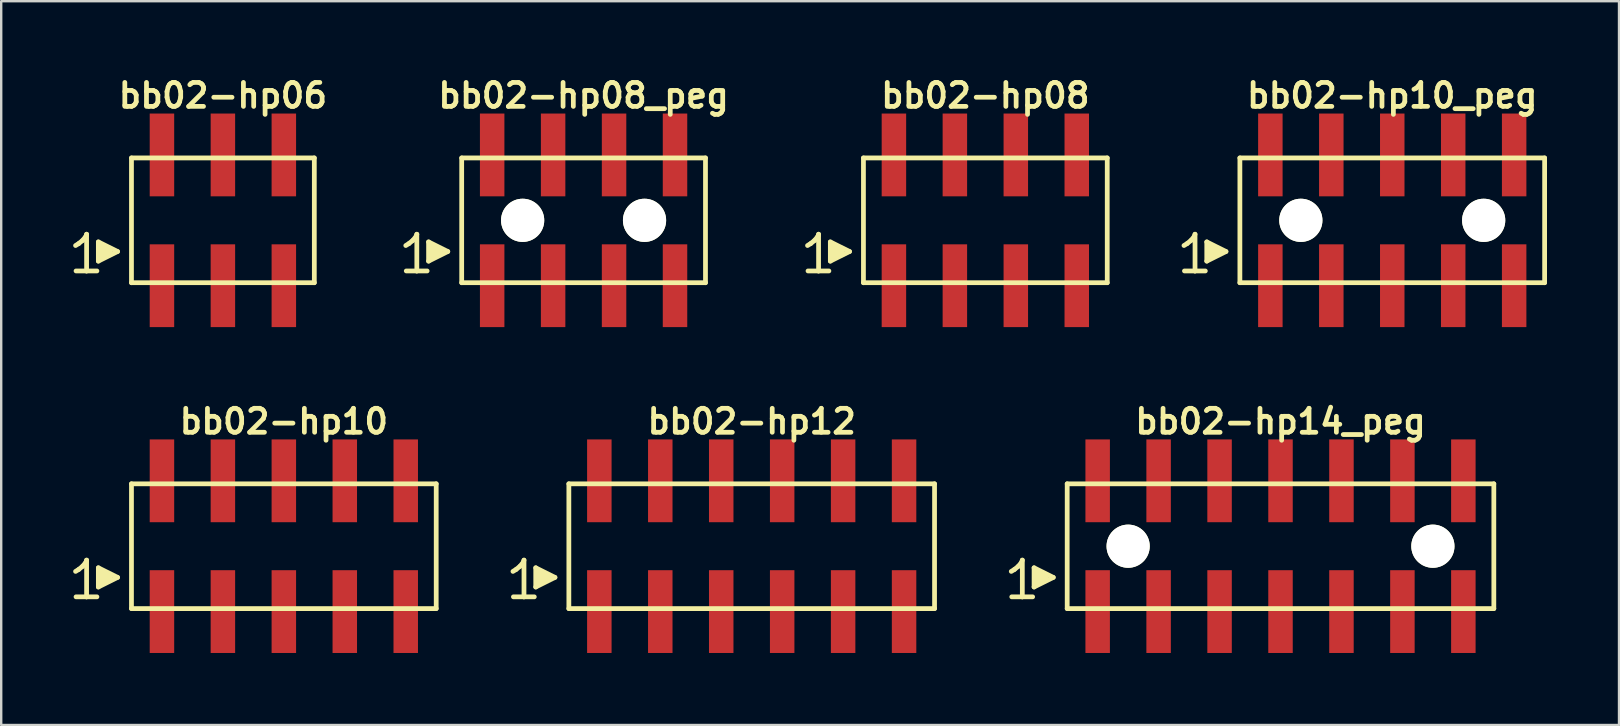
<source format=kicad_pcb>
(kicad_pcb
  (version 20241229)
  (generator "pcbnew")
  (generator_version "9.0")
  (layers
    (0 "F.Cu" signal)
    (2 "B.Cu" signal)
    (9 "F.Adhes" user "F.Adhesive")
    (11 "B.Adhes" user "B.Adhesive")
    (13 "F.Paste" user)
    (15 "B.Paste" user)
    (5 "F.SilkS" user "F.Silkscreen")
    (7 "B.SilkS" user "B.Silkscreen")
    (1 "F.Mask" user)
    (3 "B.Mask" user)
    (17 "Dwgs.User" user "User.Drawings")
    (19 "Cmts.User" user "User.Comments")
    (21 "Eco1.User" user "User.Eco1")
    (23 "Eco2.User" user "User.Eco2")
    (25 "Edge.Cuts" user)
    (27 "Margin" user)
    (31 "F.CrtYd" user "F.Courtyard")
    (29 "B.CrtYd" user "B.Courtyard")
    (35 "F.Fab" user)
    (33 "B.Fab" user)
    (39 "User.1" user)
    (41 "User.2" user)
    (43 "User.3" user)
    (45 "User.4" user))
  (footprint "bb02-hp10_peg"
    (layer "F.Cu")
    (at 54.972 6.132)
    (property "Reference" "bb02-hp10_peg" (at 0 -5.2 0) (layer "F.SilkS") (effects (font (size 0.998 0.998) (thickness 0.198))))
    (attr smd)
    (fp_line (start -8.68 1.05) (end -8.55 0.97) (stroke (width 0.198) (type solid)) (layer "F.SilkS"))
    (fp_line (start -8.55 0.97) (end -8.39 0.84) (stroke (width 0.198) (type solid)) (layer "F.SilkS"))
    (fp_line (start -8.39 0.84) (end -8.25 0.67) (stroke (width 0.198) (type solid)) (layer "F.SilkS"))
    (fp_line (start -8.25 0.67) (end -8.22 0.58) (stroke (width 0.198) (type solid)) (layer "F.SilkS"))
    (fp_line (start -8.22 0.58) (end -8.22 2.11) (stroke (width 0.198) (type solid)) (layer "F.SilkS"))
    (fp_line (start -8.22 2.11) (end -8.66 2.11) (stroke (width 0.198) (type solid)) (layer "F.SilkS"))
    (fp_line (start -7.79 2.11) (end -8.23 2.11) (stroke (width 0.198) (type solid)) (layer "F.SilkS"))
    (fp_line (start -7.73 0.9) (end -6.93 1.3) (stroke (width 0.198) (type solid)) (layer "F.SilkS"))
    (fp_line (start -7.73 1.7) (end -7.73 0.9) (stroke (width 0.198) (type solid)) (layer "F.SilkS"))
    (fp_line (start -7.63 1.6) (end -7.63 1) (stroke (width 0.198) (type solid)) (layer "F.SilkS"))
    (fp_line (start -7.53 1.1) (end -7.53 1.5) (stroke (width 0.198) (type solid)) (layer "F.SilkS"))
    (fp_line (start -7.43 1.5) (end -7.43 1.1) (stroke (width 0.198) (type solid)) (layer "F.SilkS"))
    (fp_line (start -7.33 1.2) (end -7.33 1.4) (stroke (width 0.198) (type solid)) (layer "F.SilkS"))
    (fp_line (start -7.23 1.4) (end -7.23 1.2) (stroke (width 0.198) (type solid)) (layer "F.SilkS"))
    (fp_line (start -6.93 1.3) (end -7.73 1.7) (stroke (width 0.198) (type solid)) (layer "F.SilkS"))
    (fp_line (start -6.35 -2.6) (end -6.35 2.6) (stroke (width 0.198) (type solid)) (layer "F.SilkS"))
    (fp_line (start -6.35 -2.6) (end 6.35 -2.6) (stroke (width 0.198) (type solid)) (layer "F.SilkS"))
    (fp_line (start 6.35 2.6) (end -6.35 2.6) (stroke (width 0.198) (type solid)) (layer "F.SilkS"))
    (fp_line (start 6.35 2.6) (end 6.35 -2.6) (stroke (width 0.198) (type solid)) (layer "F.SilkS"))
    (pad "" np_thru_hole circle (at -3.81 0) (size 1.8 1.8) (drill 1.8) (layers "*.Cu" "*.Mask" "F.SilkS"))
    (pad "" np_thru_hole circle (at 3.81 0) (size 1.8 1.8) (drill 1.8) (layers "*.Cu" "*.Mask" "F.SilkS"))
    (pad "1" smd rect (at -5.08 2.725) (size 1.02 3.45) (layers "F.Cu" "F.Mask" "F.Paste"))
    (pad "2" smd rect (at -5.08 -2.725) (size 1.02 3.45) (layers "F.Cu" "F.Mask" "F.Paste"))
    (pad "3" smd rect (at -2.54 2.725) (size 1.02 3.45) (layers "F.Cu" "F.Mask" "F.Paste"))
    (pad "4" smd rect (at -2.54 -2.725) (size 1.02 3.45) (layers "F.Cu" "F.Mask" "F.Paste"))
    (pad "5" smd rect (at 0 2.725) (size 1.02 3.45) (layers "F.Cu" "F.Mask" "F.Paste"))
    (pad "6" smd rect (at 0 -2.725) (size 1.02 3.45) (layers "F.Cu" "F.Mask" "F.Paste"))
    (pad "7" smd rect (at 2.54 2.725) (size 1.02 3.45) (layers "F.Cu" "F.Mask" "F.Paste"))
    (pad "8" smd rect (at 2.54 -2.725) (size 1.02 3.45) (layers "F.Cu" "F.Mask" "F.Paste"))
    (pad "9" smd rect (at 5.08 2.725) (size 1.02 3.45) (layers "F.Cu" "F.Mask" "F.Paste"))
    (pad "10" smd rect (at 5.08 -2.725) (size 1.02 3.45) (layers "F.Cu" "F.Mask" "F.Paste")))
  (footprint "bb02-hp10"
    (layer "F.Cu")
    (at 8.779 19.713)
    (property "Reference" "bb02-hp10" (at 0 -5.2 0) (layer "F.SilkS") (effects (font (size 0.998 0.998) (thickness 0.198))))
    (attr smd)
    (fp_line (start -8.68 1.05) (end -8.55 0.97) (stroke (width 0.198) (type solid)) (layer "F.SilkS"))
    (fp_line (start -8.55 0.97) (end -8.39 0.84) (stroke (width 0.198) (type solid)) (layer "F.SilkS"))
    (fp_line (start -8.39 0.84) (end -8.25 0.67) (stroke (width 0.198) (type solid)) (layer "F.SilkS"))
    (fp_line (start -8.25 0.67) (end -8.22 0.58) (stroke (width 0.198) (type solid)) (layer "F.SilkS"))
    (fp_line (start -8.22 0.58) (end -8.22 2.11) (stroke (width 0.198) (type solid)) (layer "F.SilkS"))
    (fp_line (start -8.22 2.11) (end -8.66 2.11) (stroke (width 0.198) (type solid)) (layer "F.SilkS"))
    (fp_line (start -7.79 2.11) (end -8.23 2.11) (stroke (width 0.198) (type solid)) (layer "F.SilkS"))
    (fp_line (start -7.73 0.9) (end -6.93 1.3) (stroke (width 0.198) (type solid)) (layer "F.SilkS"))
    (fp_line (start -7.73 1.7) (end -7.73 0.9) (stroke (width 0.198) (type solid)) (layer "F.SilkS"))
    (fp_line (start -7.63 1.6) (end -7.63 1) (stroke (width 0.198) (type solid)) (layer "F.SilkS"))
    (fp_line (start -7.53 1.1) (end -7.53 1.5) (stroke (width 0.198) (type solid)) (layer "F.SilkS"))
    (fp_line (start -7.43 1.5) (end -7.43 1.1) (stroke (width 0.198) (type solid)) (layer "F.SilkS"))
    (fp_line (start -7.33 1.2) (end -7.33 1.4) (stroke (width 0.198) (type solid)) (layer "F.SilkS"))
    (fp_line (start -7.23 1.4) (end -7.23 1.2) (stroke (width 0.198) (type solid)) (layer "F.SilkS"))
    (fp_line (start -6.93 1.3) (end -7.73 1.7) (stroke (width 0.198) (type solid)) (layer "F.SilkS"))
    (fp_line (start -6.35 -2.6) (end -6.35 2.6) (stroke (width 0.198) (type solid)) (layer "F.SilkS"))
    (fp_line (start -6.35 -2.6) (end 6.35 -2.6) (stroke (width 0.198) (type solid)) (layer "F.SilkS"))
    (fp_line (start 6.35 2.6) (end -6.35 2.6) (stroke (width 0.198) (type solid)) (layer "F.SilkS"))
    (fp_line (start 6.35 2.6) (end 6.35 -2.6) (stroke (width 0.198) (type solid)) (layer "F.SilkS"))
    (pad "1" smd rect (at -5.08 2.725) (size 1.02 3.45) (layers "F.Cu" "F.Mask" "F.Paste"))
    (pad "2" smd rect (at -5.08 -2.725) (size 1.02 3.45) (layers "F.Cu" "F.Mask" "F.Paste"))
    (pad "3" smd rect (at -2.54 2.725) (size 1.02 3.45) (layers "F.Cu" "F.Mask" "F.Paste"))
    (pad "4" smd rect (at -2.54 -2.725) (size 1.02 3.45) (layers "F.Cu" "F.Mask" "F.Paste"))
    (pad "5" smd rect (at 0 2.725) (size 1.02 3.45) (layers "F.Cu" "F.Mask" "F.Paste"))
    (pad "6" smd rect (at 0 -2.725) (size 1.02 3.45) (layers "F.Cu" "F.Mask" "F.Paste"))
    (pad "7" smd rect (at 2.54 2.725) (size 1.02 3.45) (layers "F.Cu" "F.Mask" "F.Paste"))
    (pad "8" smd rect (at 2.54 -2.725) (size 1.02 3.45) (layers "F.Cu" "F.Mask" "F.Paste"))
    (pad "9" smd rect (at 5.08 2.725) (size 1.02 3.45) (layers "F.Cu" "F.Mask" "F.Paste"))
    (pad "10" smd rect (at 5.08 -2.725) (size 1.02 3.45) (layers "F.Cu" "F.Mask" "F.Paste")))
  (footprint "bb02-hp14_peg"
    (layer "F.Cu")
    (at 50.315 19.713)
    (property "Reference" "bb02-hp14_peg" (at 0 -5.2 0) (layer "F.SilkS") (effects (font (size 0.998 0.998) (thickness 0.198))))
    (attr smd)
    (fp_line (start -11.22 1.05) (end -11.09 0.97) (stroke (width 0.198) (type solid)) (layer "F.SilkS"))
    (fp_line (start -11.09 0.97) (end -10.93 0.84) (stroke (width 0.198) (type solid)) (layer "F.SilkS"))
    (fp_line (start -10.93 0.84) (end -10.79 0.67) (stroke (width 0.198) (type solid)) (layer "F.SilkS"))
    (fp_line (start -10.79 0.67) (end -10.76 0.58) (stroke (width 0.198) (type solid)) (layer "F.SilkS"))
    (fp_line (start -10.76 0.58) (end -10.76 2.11) (stroke (width 0.198) (type solid)) (layer "F.SilkS"))
    (fp_line (start -10.76 2.11) (end -11.2 2.11) (stroke (width 0.198) (type solid)) (layer "F.SilkS"))
    (fp_line (start -10.33 2.11) (end -10.77 2.11) (stroke (width 0.198) (type solid)) (layer "F.SilkS"))
    (fp_line (start -10.27 0.9) (end -9.47 1.3) (stroke (width 0.198) (type solid)) (layer "F.SilkS"))
    (fp_line (start -10.27 1.7) (end -10.27 0.9) (stroke (width 0.198) (type solid)) (layer "F.SilkS"))
    (fp_line (start -10.17 1.6) (end -10.17 1) (stroke (width 0.198) (type solid)) (layer "F.SilkS"))
    (fp_line (start -10.07 1.1) (end -10.07 1.5) (stroke (width 0.198) (type solid)) (layer "F.SilkS"))
    (fp_line (start -9.97 1.5) (end -9.97 1.1) (stroke (width 0.198) (type solid)) (layer "F.SilkS"))
    (fp_line (start -9.87 1.2) (end -9.87 1.4) (stroke (width 0.198) (type solid)) (layer "F.SilkS"))
    (fp_line (start -9.77 1.4) (end -9.77 1.2) (stroke (width 0.198) (type solid)) (layer "F.SilkS"))
    (fp_line (start -9.47 1.3) (end -10.27 1.7) (stroke (width 0.198) (type solid)) (layer "F.SilkS"))
    (fp_line (start -8.89 -2.6) (end -8.89 2.6) (stroke (width 0.198) (type solid)) (layer "F.SilkS"))
    (fp_line (start -8.89 -2.6) (end 8.89 -2.6) (stroke (width 0.198) (type solid)) (layer "F.SilkS"))
    (fp_line (start 8.89 2.6) (end -8.89 2.6) (stroke (width 0.198) (type solid)) (layer "F.SilkS"))
    (fp_line (start 8.89 2.6) (end 8.89 -2.6) (stroke (width 0.198) (type solid)) (layer "F.SilkS"))
    (pad "" np_thru_hole circle (at -6.35 0) (size 1.8 1.8) (drill 1.8) (layers "*.Cu" "*.Mask" "F.SilkS"))
    (pad "" np_thru_hole circle (at 6.35 0) (size 1.8 1.8) (drill 1.8) (layers "*.Cu" "*.Mask" "F.SilkS"))
    (pad "1" smd rect (at -7.62 2.725) (size 1.02 3.45) (layers "F.Cu" "F.Mask" "F.Paste"))
    (pad "2" smd rect (at -7.62 -2.725) (size 1.02 3.45) (layers "F.Cu" "F.Mask" "F.Paste"))
    (pad "3" smd rect (at -5.08 2.725) (size 1.02 3.45) (layers "F.Cu" "F.Mask" "F.Paste"))
    (pad "4" smd rect (at -5.08 -2.725) (size 1.02 3.45) (layers "F.Cu" "F.Mask" "F.Paste"))
    (pad "5" smd rect (at -2.54 2.725) (size 1.02 3.45) (layers "F.Cu" "F.Mask" "F.Paste"))
    (pad "6" smd rect (at -2.54 -2.725) (size 1.02 3.45) (layers "F.Cu" "F.Mask" "F.Paste"))
    (pad "7" smd rect (at 0 2.725) (size 1.02 3.45) (layers "F.Cu" "F.Mask" "F.Paste"))
    (pad "8" smd rect (at 0 -2.725) (size 1.02 3.45) (layers "F.Cu" "F.Mask" "F.Paste"))
    (pad "9" smd rect (at 2.54 2.725) (size 1.02 3.45) (layers "F.Cu" "F.Mask" "F.Paste"))
    (pad "10" smd rect (at 2.54 -2.725) (size 1.02 3.45) (layers "F.Cu" "F.Mask" "F.Paste"))
    (pad "11" smd rect (at 5.08 2.725) (size 1.02 3.45) (layers "F.Cu" "F.Mask" "F.Paste"))
    (pad "12" smd rect (at 5.08 -2.725) (size 1.02 3.45) (layers "F.Cu" "F.Mask" "F.Paste"))
    (pad "13" smd rect (at 7.62 2.725) (size 1.02 3.45) (layers "F.Cu" "F.Mask" "F.Paste"))
    (pad "14" smd rect (at 7.62 -2.725) (size 1.02 3.45) (layers "F.Cu" "F.Mask" "F.Paste")))
  (footprint "bb02-hp12"
    (layer "F.Cu")
    (at 28.277 19.713)
    (property "Reference" "bb02-hp12" (at 0 -5.2 0) (layer "F.SilkS") (effects (font (size 0.998 0.998) (thickness 0.198))))
    (attr smd)
    (fp_line (start -9.95 1.05) (end -9.82 0.97) (stroke (width 0.198) (type solid)) (layer "F.SilkS"))
    (fp_line (start -9.82 0.97) (end -9.66 0.84) (stroke (width 0.198) (type solid)) (layer "F.SilkS"))
    (fp_line (start -9.66 0.84) (end -9.52 0.67) (stroke (width 0.198) (type solid)) (layer "F.SilkS"))
    (fp_line (start -9.52 0.67) (end -9.49 0.58) (stroke (width 0.198) (type solid)) (layer "F.SilkS"))
    (fp_line (start -9.49 0.58) (end -9.49 2.11) (stroke (width 0.198) (type solid)) (layer "F.SilkS"))
    (fp_line (start -9.49 2.11) (end -9.93 2.11) (stroke (width 0.198) (type solid)) (layer "F.SilkS"))
    (fp_line (start -9.06 2.11) (end -9.5 2.11) (stroke (width 0.198) (type solid)) (layer "F.SilkS"))
    (fp_line (start -9 0.9) (end -8.2 1.3) (stroke (width 0.198) (type solid)) (layer "F.SilkS"))
    (fp_line (start -9 1.7) (end -9 0.9) (stroke (width 0.198) (type solid)) (layer "F.SilkS"))
    (fp_line (start -8.9 1.6) (end -8.9 1) (stroke (width 0.198) (type solid)) (layer "F.SilkS"))
    (fp_line (start -8.8 1.1) (end -8.8 1.5) (stroke (width 0.198) (type solid)) (layer "F.SilkS"))
    (fp_line (start -8.7 1.5) (end -8.7 1.1) (stroke (width 0.198) (type solid)) (layer "F.SilkS"))
    (fp_line (start -8.6 1.2) (end -8.6 1.4) (stroke (width 0.198) (type solid)) (layer "F.SilkS"))
    (fp_line (start -8.5 1.4) (end -8.5 1.2) (stroke (width 0.198) (type solid)) (layer "F.SilkS"))
    (fp_line (start -8.2 1.3) (end -9 1.7) (stroke (width 0.198) (type solid)) (layer "F.SilkS"))
    (fp_line (start -7.62 -2.6) (end -7.62 2.6) (stroke (width 0.198) (type solid)) (layer "F.SilkS"))
    (fp_line (start -7.62 -2.6) (end 7.62 -2.6) (stroke (width 0.198) (type solid)) (layer "F.SilkS"))
    (fp_line (start 7.62 2.6) (end -7.62 2.6) (stroke (width 0.198) (type solid)) (layer "F.SilkS"))
    (fp_line (start 7.62 2.6) (end 7.62 -2.6) (stroke (width 0.198) (type solid)) (layer "F.SilkS"))
    (pad "1" smd rect (at -6.35 2.725) (size 1.02 3.45) (layers "F.Cu" "F.Mask" "F.Paste"))
    (pad "2" smd rect (at -6.35 -2.725) (size 1.02 3.45) (layers "F.Cu" "F.Mask" "F.Paste"))
    (pad "3" smd rect (at -3.81 2.725) (size 1.02 3.45) (layers "F.Cu" "F.Mask" "F.Paste"))
    (pad "4" smd rect (at -3.81 -2.725) (size 1.02 3.45) (layers "F.Cu" "F.Mask" "F.Paste"))
    (pad "5" smd rect (at -1.27 2.725) (size 1.02 3.45) (layers "F.Cu" "F.Mask" "F.Paste"))
    (pad "6" smd rect (at -1.27 -2.725) (size 1.02 3.45) (layers "F.Cu" "F.Mask" "F.Paste"))
    (pad "7" smd rect (at 1.27 2.725) (size 1.02 3.45) (layers "F.Cu" "F.Mask" "F.Paste"))
    (pad "8" smd rect (at 1.27 -2.725) (size 1.02 3.45) (layers "F.Cu" "F.Mask" "F.Paste"))
    (pad "9" smd rect (at 3.81 2.725) (size 1.02 3.45) (layers "F.Cu" "F.Mask" "F.Paste"))
    (pad "10" smd rect (at 3.81 -2.725) (size 1.02 3.45) (layers "F.Cu" "F.Mask" "F.Paste"))
    (pad "11" smd rect (at 6.35 2.725) (size 1.02 3.45) (layers "F.Cu" "F.Mask" "F.Paste"))
    (pad "12" smd rect (at 6.35 -2.725) (size 1.02 3.45) (layers "F.Cu" "F.Mask" "F.Paste")))
  (footprint "bb02-hp06"
    (layer "F.Cu")
    (at 6.239 6.132)
    (property "Reference" "bb02-hp06" (at 0 -5.2 0) (layer "F.SilkS") (effects (font (size 0.998 0.998) (thickness 0.198))))
    (attr smd)
    (fp_line (start -6.14 1.05) (end -6.01 0.97) (stroke (width 0.198) (type solid)) (layer "F.SilkS"))
    (fp_line (start -6.01 0.97) (end -5.85 0.84) (stroke (width 0.198) (type solid)) (layer "F.SilkS"))
    (fp_line (start -5.85 0.84) (end -5.71 0.67) (stroke (width 0.198) (type solid)) (layer "F.SilkS"))
    (fp_line (start -5.71 0.67) (end -5.68 0.58) (stroke (width 0.198) (type solid)) (layer "F.SilkS"))
    (fp_line (start -5.68 0.58) (end -5.68 2.11) (stroke (width 0.198) (type solid)) (layer "F.SilkS"))
    (fp_line (start -5.68 2.11) (end -6.12 2.11) (stroke (width 0.198) (type solid)) (layer "F.SilkS"))
    (fp_line (start -5.25 2.11) (end -5.69 2.11) (stroke (width 0.198) (type solid)) (layer "F.SilkS"))
    (fp_line (start -5.19 0.9) (end -4.39 1.3) (stroke (width 0.198) (type solid)) (layer "F.SilkS"))
    (fp_line (start -5.19 1.7) (end -5.19 0.9) (stroke (width 0.198) (type solid)) (layer "F.SilkS"))
    (fp_line (start -5.09 1.6) (end -5.09 1) (stroke (width 0.198) (type solid)) (layer "F.SilkS"))
    (fp_line (start -4.99 1.1) (end -4.99 1.5) (stroke (width 0.198) (type solid)) (layer "F.SilkS"))
    (fp_line (start -4.89 1.5) (end -4.89 1.1) (stroke (width 0.198) (type solid)) (layer "F.SilkS"))
    (fp_line (start -4.79 1.2) (end -4.79 1.4) (stroke (width 0.198) (type solid)) (layer "F.SilkS"))
    (fp_line (start -4.69 1.4) (end -4.69 1.2) (stroke (width 0.198) (type solid)) (layer "F.SilkS"))
    (fp_line (start -4.39 1.3) (end -5.19 1.7) (stroke (width 0.198) (type solid)) (layer "F.SilkS"))
    (fp_line (start -3.81 -2.6) (end -3.81 2.6) (stroke (width 0.198) (type solid)) (layer "F.SilkS"))
    (fp_line (start -3.81 -2.6) (end 3.81 -2.6) (stroke (width 0.198) (type solid)) (layer "F.SilkS"))
    (fp_line (start 3.81 2.6) (end -3.81 2.6) (stroke (width 0.198) (type solid)) (layer "F.SilkS"))
    (fp_line (start 3.81 2.6) (end 3.81 -2.6) (stroke (width 0.198) (type solid)) (layer "F.SilkS"))
    (pad "1" smd rect (at -2.54 2.725) (size 1.02 3.45) (layers "F.Cu" "F.Mask" "F.Paste"))
    (pad "2" smd rect (at -2.54 -2.725) (size 1.02 3.45) (layers "F.Cu" "F.Mask" "F.Paste"))
    (pad "3" smd rect (at 0 2.725) (size 1.02 3.45) (layers "F.Cu" "F.Mask" "F.Paste"))
    (pad "4" smd rect (at 0 -2.725) (size 1.02 3.45) (layers "F.Cu" "F.Mask" "F.Paste"))
    (pad "5" smd rect (at 2.54 2.725) (size 1.02 3.45) (layers "F.Cu" "F.Mask" "F.Paste"))
    (pad "6" smd rect (at 2.54 -2.725) (size 1.02 3.45) (layers "F.Cu" "F.Mask" "F.Paste")))
  (footprint "bb02-hp08_peg"
    (layer "F.Cu")
    (at 21.271 6.132)
    (property "Reference" "bb02-hp08_peg" (at 0 -5.2 0) (layer "F.SilkS") (effects (font (size 0.998 0.998) (thickness 0.198))))
    (attr smd)
    (fp_line (start -7.41 1.05) (end -7.28 0.97) (stroke (width 0.198) (type solid)) (layer "F.SilkS"))
    (fp_line (start -7.28 0.97) (end -7.12 0.84) (stroke (width 0.198) (type solid)) (layer "F.SilkS"))
    (fp_line (start -7.12 0.84) (end -6.98 0.67) (stroke (width 0.198) (type solid)) (layer "F.SilkS"))
    (fp_line (start -6.98 0.67) (end -6.95 0.58) (stroke (width 0.198) (type solid)) (layer "F.SilkS"))
    (fp_line (start -6.95 0.58) (end -6.95 2.11) (stroke (width 0.198) (type solid)) (layer "F.SilkS"))
    (fp_line (start -6.95 2.11) (end -7.39 2.11) (stroke (width 0.198) (type solid)) (layer "F.SilkS"))
    (fp_line (start -6.52 2.11) (end -6.96 2.11) (stroke (width 0.198) (type solid)) (layer "F.SilkS"))
    (fp_line (start -6.46 0.9) (end -5.66 1.3) (stroke (width 0.198) (type solid)) (layer "F.SilkS"))
    (fp_line (start -6.46 1.7) (end -6.46 0.9) (stroke (width 0.198) (type solid)) (layer "F.SilkS"))
    (fp_line (start -6.36 1.6) (end -6.36 1) (stroke (width 0.198) (type solid)) (layer "F.SilkS"))
    (fp_line (start -6.26 1.1) (end -6.26 1.5) (stroke (width 0.198) (type solid)) (layer "F.SilkS"))
    (fp_line (start -6.16 1.5) (end -6.16 1.1) (stroke (width 0.198) (type solid)) (layer "F.SilkS"))
    (fp_line (start -6.06 1.2) (end -6.06 1.4) (stroke (width 0.198) (type solid)) (layer "F.SilkS"))
    (fp_line (start -5.96 1.4) (end -5.96 1.2) (stroke (width 0.198) (type solid)) (layer "F.SilkS"))
    (fp_line (start -5.66 1.3) (end -6.46 1.7) (stroke (width 0.198) (type solid)) (layer "F.SilkS"))
    (fp_line (start -5.08 -2.6) (end -5.08 2.6) (stroke (width 0.198) (type solid)) (layer "F.SilkS"))
    (fp_line (start -5.08 -2.6) (end 5.08 -2.6) (stroke (width 0.198) (type solid)) (layer "F.SilkS"))
    (fp_line (start 5.08 2.6) (end -5.08 2.6) (stroke (width 0.198) (type solid)) (layer "F.SilkS"))
    (fp_line (start 5.08 2.6) (end 5.08 -2.6) (stroke (width 0.198) (type solid)) (layer "F.SilkS"))
    (pad "" np_thru_hole circle (at -2.54 0) (size 1.8 1.8) (drill 1.8) (layers "*.Cu" "*.Mask" "F.SilkS"))
    (pad "" np_thru_hole circle (at 2.54 0) (size 1.8 1.8) (drill 1.8) (layers "*.Cu" "*.Mask" "F.SilkS"))
    (pad "1" smd rect (at -3.81 2.725) (size 1.02 3.45) (layers "F.Cu" "F.Mask" "F.Paste"))
    (pad "2" smd rect (at -3.81 -2.725) (size 1.02 3.45) (layers "F.Cu" "F.Mask" "F.Paste"))
    (pad "3" smd rect (at -1.27 2.725) (size 1.02 3.45) (layers "F.Cu" "F.Mask" "F.Paste"))
    (pad "4" smd rect (at -1.27 -2.725) (size 1.02 3.45) (layers "F.Cu" "F.Mask" "F.Paste"))
    (pad "5" smd rect (at 1.27 2.725) (size 1.02 3.45) (layers "F.Cu" "F.Mask" "F.Paste"))
    (pad "6" smd rect (at 1.27 -2.725) (size 1.02 3.45) (layers "F.Cu" "F.Mask" "F.Paste"))
    (pad "7" smd rect (at 3.81 2.725) (size 1.02 3.45) (layers "F.Cu" "F.Mask" "F.Paste"))
    (pad "8" smd rect (at 3.81 -2.725) (size 1.02 3.45) (layers "F.Cu" "F.Mask" "F.Paste")))
  (footprint "bb02-hp08"
    (layer "F.Cu")
    (at 38.014 6.132)
    (property "Reference" "bb02-hp08" (at 0 -5.2 0) (layer "F.SilkS") (effects (font (size 0.998 0.998) (thickness 0.198))))
    (attr smd)
    (fp_line (start -7.41 1.05) (end -7.28 0.97) (stroke (width 0.198) (type solid)) (layer "F.SilkS"))
    (fp_line (start -7.28 0.97) (end -7.12 0.84) (stroke (width 0.198) (type solid)) (layer "F.SilkS"))
    (fp_line (start -7.12 0.84) (end -6.98 0.67) (stroke (width 0.198) (type solid)) (layer "F.SilkS"))
    (fp_line (start -6.98 0.67) (end -6.95 0.58) (stroke (width 0.198) (type solid)) (layer "F.SilkS"))
    (fp_line (start -6.95 0.58) (end -6.95 2.11) (stroke (width 0.198) (type solid)) (layer "F.SilkS"))
    (fp_line (start -6.95 2.11) (end -7.39 2.11) (stroke (width 0.198) (type solid)) (layer "F.SilkS"))
    (fp_line (start -6.52 2.11) (end -6.96 2.11) (stroke (width 0.198) (type solid)) (layer "F.SilkS"))
    (fp_line (start -6.46 0.9) (end -5.66 1.3) (stroke (width 0.198) (type solid)) (layer "F.SilkS"))
    (fp_line (start -6.46 1.7) (end -6.46 0.9) (stroke (width 0.198) (type solid)) (layer "F.SilkS"))
    (fp_line (start -6.36 1.6) (end -6.36 1) (stroke (width 0.198) (type solid)) (layer "F.SilkS"))
    (fp_line (start -6.26 1.1) (end -6.26 1.5) (stroke (width 0.198) (type solid)) (layer "F.SilkS"))
    (fp_line (start -6.16 1.5) (end -6.16 1.1) (stroke (width 0.198) (type solid)) (layer "F.SilkS"))
    (fp_line (start -6.06 1.2) (end -6.06 1.4) (stroke (width 0.198) (type solid)) (layer "F.SilkS"))
    (fp_line (start -5.96 1.4) (end -5.96 1.2) (stroke (width 0.198) (type solid)) (layer "F.SilkS"))
    (fp_line (start -5.66 1.3) (end -6.46 1.7) (stroke (width 0.198) (type solid)) (layer "F.SilkS"))
    (fp_line (start -5.08 -2.6) (end -5.08 2.6) (stroke (width 0.198) (type solid)) (layer "F.SilkS"))
    (fp_line (start -5.08 -2.6) (end 5.08 -2.6) (stroke (width 0.198) (type solid)) (layer "F.SilkS"))
    (fp_line (start 5.08 2.6) (end -5.08 2.6) (stroke (width 0.198) (type solid)) (layer "F.SilkS"))
    (fp_line (start 5.08 2.6) (end 5.08 -2.6) (stroke (width 0.198) (type solid)) (layer "F.SilkS"))
    (pad "1" smd rect (at -3.81 2.725) (size 1.02 3.45) (layers "F.Cu" "F.Mask" "F.Paste"))
    (pad "2" smd rect (at -3.81 -2.725) (size 1.02 3.45) (layers "F.Cu" "F.Mask" "F.Paste"))
    (pad "3" smd rect (at -1.27 2.725) (size 1.02 3.45) (layers "F.Cu" "F.Mask" "F.Paste"))
    (pad "4" smd rect (at -1.27 -2.725) (size 1.02 3.45) (layers "F.Cu" "F.Mask" "F.Paste"))
    (pad "5" smd rect (at 1.27 2.725) (size 1.02 3.45) (layers "F.Cu" "F.Mask" "F.Paste"))
    (pad "6" smd rect (at 1.27 -2.725) (size 1.02 3.45) (layers "F.Cu" "F.Mask" "F.Paste"))
    (pad "7" smd rect (at 3.81 2.725) (size 1.02 3.45) (layers "F.Cu" "F.Mask" "F.Paste"))
    (pad "8" smd rect (at 3.81 -2.725) (size 1.02 3.45) (layers "F.Cu" "F.Mask" "F.Paste")))
  (gr_rect
    (start -3 -3)
    (end 64.422 27.163)
    (stroke (width 0.1) (type default))
    (fill no)
    (layer "Edge.Cuts")))
</source>
